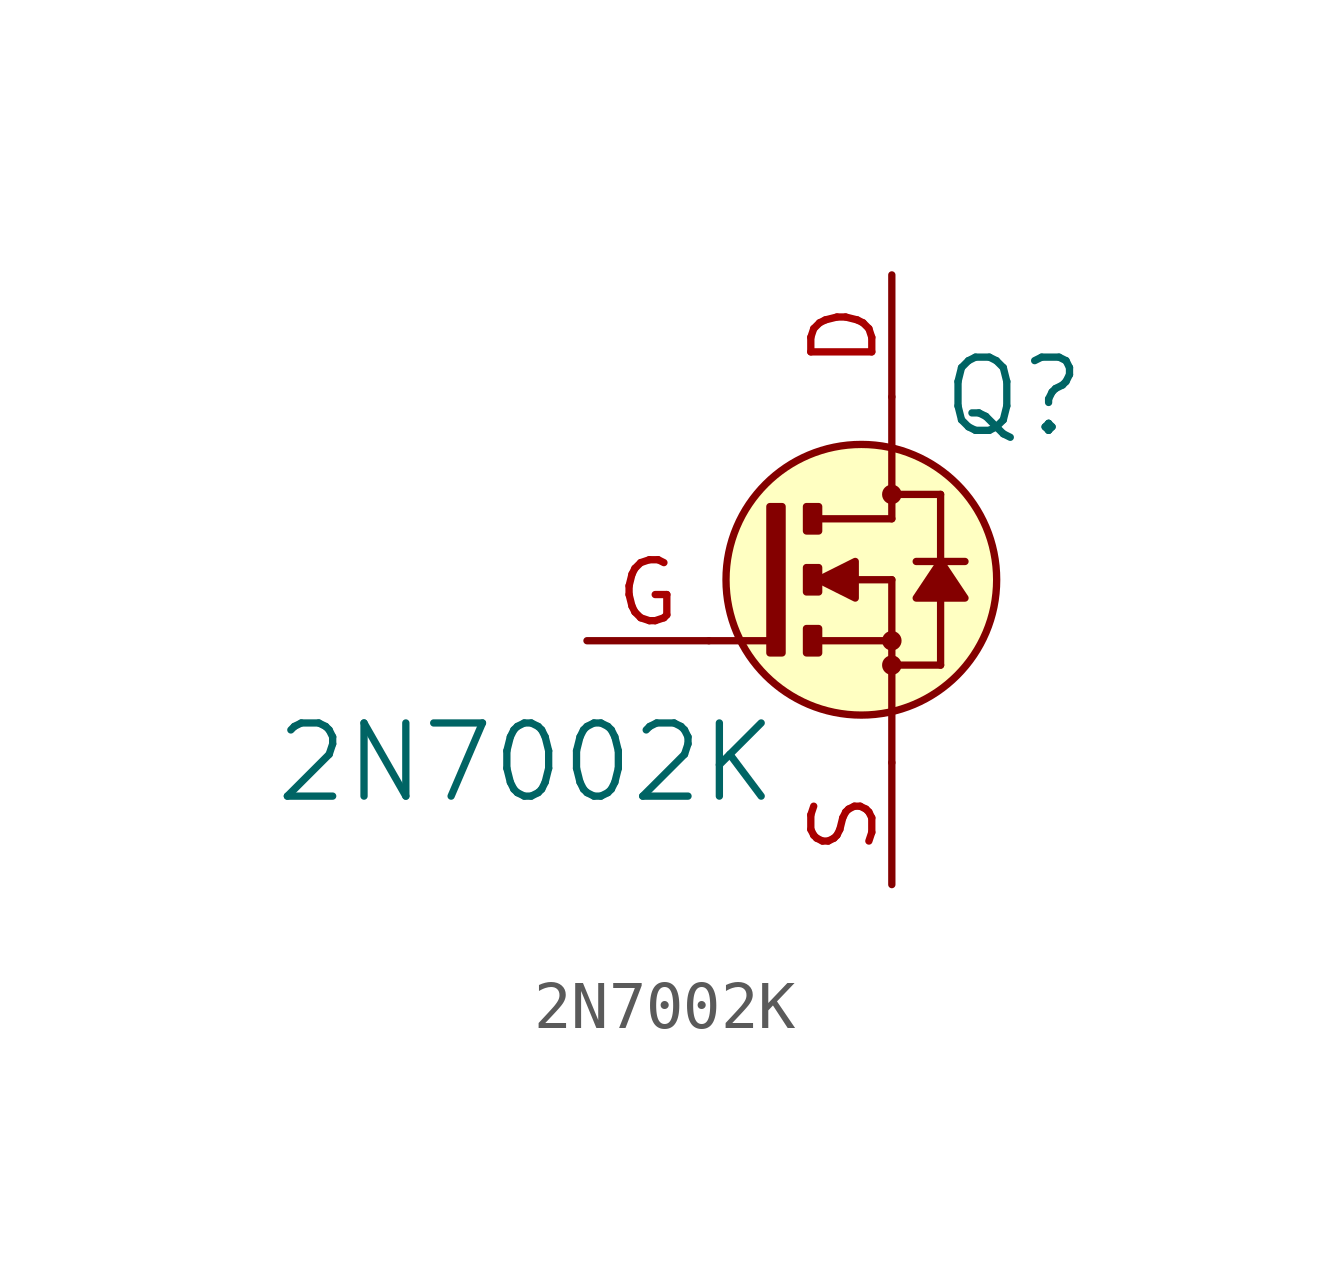
<source format=kicad_sym>
(kicad_symbol_lib
  (version 20211014)
  (generator kicad_symbol_editor)
  (symbol "2N7002K"
    (pin_names
      (offset 1.016))
    (property "Reference" "Q"
      (at 2.54 3.81 0)
      (effects (font (size 1.524 1.524))))
    (property "Value" "2N7002K"
      (at -7.62 -3.81 0)
      (effects (font (size 1.524 1.524))))
    (property "Footprint" ""
      (at 0 0 0)
      (effects (font (size 1.524 1.524))))
    (property "Datasheet" ""
      (at 0 0 0)
      (effects (font (size 1.524 1.524))))
    (symbol "2N7002K_0_1"
      (rectangle (start -2.286 -1.524) (end -2.54 1.524) (stroke (width 0) (type default) (color 0 0 0 0)) (fill (type outline)))
      (rectangle (start -1.778 -1.524) (end -1.524 -1.016) (stroke (width 0) (type default) (color 0 0 0 0)) (fill (type outline)))
      (rectangle (start -1.778 -0.254) (end -1.524 0.254) (stroke (width 0) (type default) (color 0 0 0 0)) (fill (type outline)))
      (rectangle (start -1.778 1.016) (end -1.524 1.524) (stroke (width 0) (type default) (color 0 0 0 0)) (fill (type outline)))
      (circle (center -0.635 0) (radius 2.819) (stroke (width 0) (type default) (color 0 0 0 0)) (fill (type background)))
      (circle (center 0 -1.778) (radius 0.127) (stroke (width 0) (type default) (color 0 0 0 0)) (fill (type none)))
      (circle (center 0 -1.27) (radius 0.127) (stroke (width 0) (type default) (color 0 0 0 0)) (fill (type none)))
      (polyline (pts (xy -2.54 -1.27) (xy -3.81 -1.27) (xy -3.81 -1.27)) (stroke (width 0) (type default) (color 0 0 0 0)) (fill (type none)))
      (polyline (pts (xy -1.524 -1.27) (xy 0 -1.27) (xy 0 -1.27)) (stroke (width 0) (type default) (color 0 0 0 0)) (fill (type none)))
      (polyline (pts (xy -1.524 1.27) (xy 0 1.27) (xy 0 1.27)) (stroke (width 0) (type default) (color 0 0 0 0)) (fill (type none)))
      (polyline (pts (xy -0.762 0) (xy 0 0) (xy 0 0)) (stroke (width 0) (type default) (color 0 0 0 0)) (fill (type none)))
      (polyline (pts (xy 0 0) (xy 0 -3.81) (xy 0 -3.81)) (stroke (width 0) (type default) (color 0 0 0 0)) (fill (type none)))
      (polyline (pts (xy 0 1.27) (xy 0 3.81) (xy 0 3.81)) (stroke (width 0) (type default) (color 0 0 0 0)) (fill (type none)))
      (polyline (pts (xy 0 1.778) (xy 1.016 1.778) (xy 1.016 1.778)) (stroke (width 0) (type default) (color 0 0 0 0)) (fill (type none)))
      (polyline (pts (xy 0.508 0.381) (xy 1.524 0.381) (xy 1.524 0.381)) (stroke (width 0) (type default) (color 0 0 0 0)) (fill (type none)))
      (polyline (pts (xy 1.016 -1.778) (xy 1.016 1.778) (xy 1.016 1.778)) (stroke (width 0) (type default) (color 0 0 0 0)) (fill (type outline)))
      (polyline (pts (xy -1.524 0) (xy -0.762 -0.381) (xy -0.762 0.381) (xy -1.524 0) (xy -1.524 0)) (stroke (width 0) (type default) (color 0 0 0 0)) (fill (type outline)))
      (polyline (pts (xy 0 -1.778) (xy 1.016 -1.778) (xy 1.016 -1.778) (xy 1.016 -1.778) (xy 1.016 -1.778)) (stroke (width 0) (type default) (color 0 0 0 0)) (fill (type none)))
      (polyline (pts (xy 0.508 -0.381) (xy 1.016 0.381) (xy 1.524 -0.381) (xy 0.508 -0.381) (xy 0.508 -0.381)) (stroke (width 0) (type default) (color 0 0 0 0)) (fill (type outline)))
      (circle (center 0 1.778) (radius 0.127) (stroke (width 0) (type default) (color 0 0 0 0)) (fill (type none))))
    (symbol "2N7002K_1_1"
      (pin passive line (at 0 6.35 270) (length 2.54) (name "~" (effects (font (size 1.27 1.27)))) (number "D" (effects (font (size 1.27 1.27)))))
      (pin passive line (at -6.35 -1.27 0) (length 2.54) (name "~" (effects (font (size 1.27 1.27)))) (number "G" (effects (font (size 1.27 1.27)))))
      (pin passive line (at 0 -6.35 90) (length 2.54) (name "~" (effects (font (size 1.27 1.27)))) (number "S" (effects (font (size 1.27 1.27))))))))
</source>
